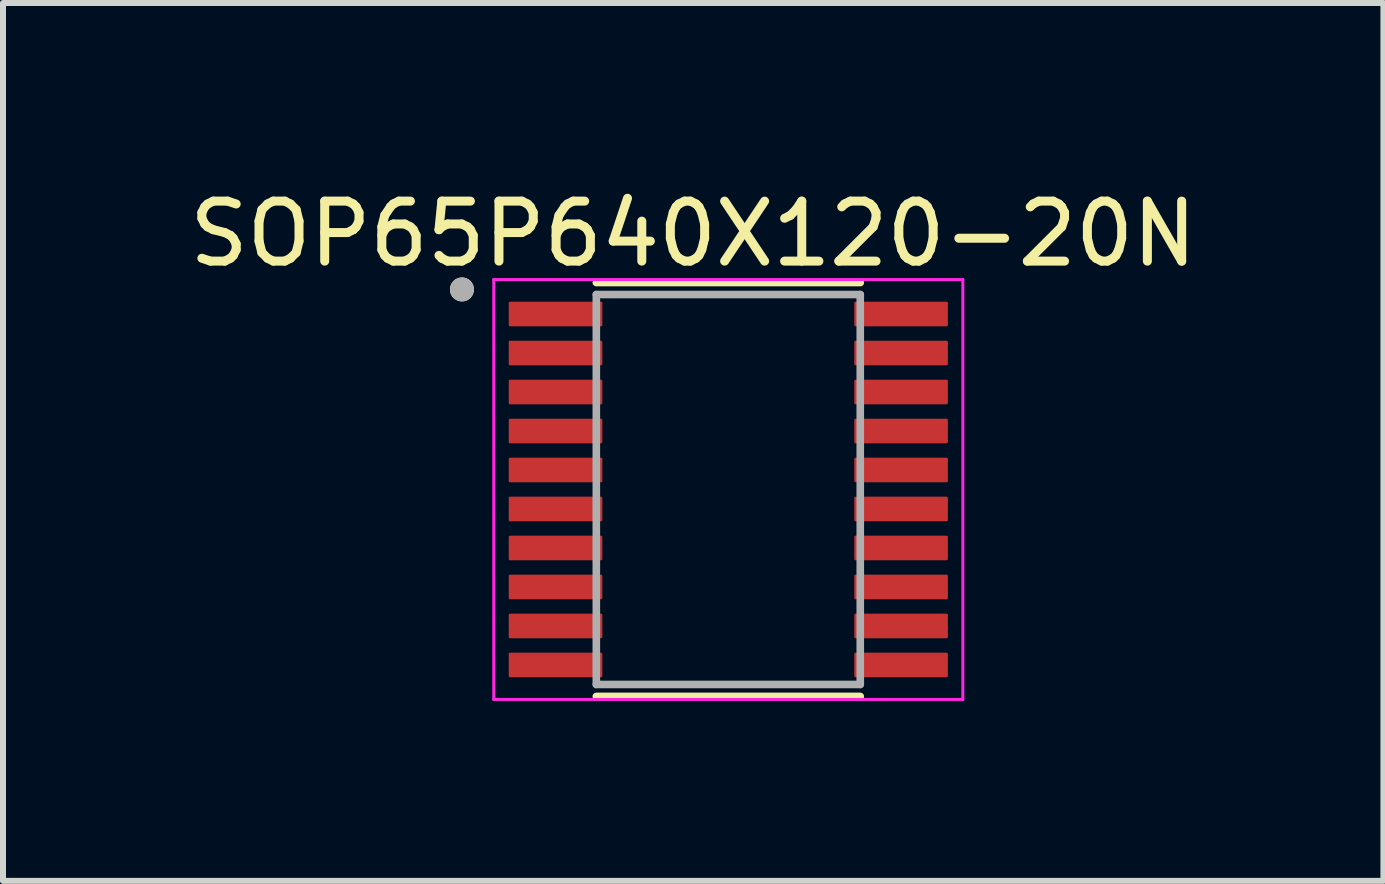
<source format=kicad_pcb>
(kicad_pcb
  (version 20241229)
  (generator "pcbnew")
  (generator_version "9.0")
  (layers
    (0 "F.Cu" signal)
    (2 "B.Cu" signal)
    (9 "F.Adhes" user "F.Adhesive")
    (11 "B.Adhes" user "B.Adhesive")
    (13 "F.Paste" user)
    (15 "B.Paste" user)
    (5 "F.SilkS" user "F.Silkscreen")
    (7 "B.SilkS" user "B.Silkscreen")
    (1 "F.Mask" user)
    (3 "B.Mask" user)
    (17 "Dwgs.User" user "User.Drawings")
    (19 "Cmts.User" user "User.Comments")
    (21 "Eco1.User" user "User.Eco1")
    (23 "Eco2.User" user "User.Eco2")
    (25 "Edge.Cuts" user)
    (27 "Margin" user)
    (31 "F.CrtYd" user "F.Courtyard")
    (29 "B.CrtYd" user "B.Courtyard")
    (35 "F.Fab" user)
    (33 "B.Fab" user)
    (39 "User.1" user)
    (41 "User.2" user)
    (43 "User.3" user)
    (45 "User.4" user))
  (footprint "SOP65P640X120-20N"
    (layer "F.Cu")
    (at 9.091 5.11)
    (property "Reference" "SOP65P640X120-20N" (at -0.585 -4.262 0) (layer "F.SilkS") (effects (font (size 1 1) (thickness 0.15))))
    (attr through_hole)
    (fp_line (start -2.2 -3.45) (end 2.2 -3.45) (stroke (width 0.127) (type solid)) (layer "F.SilkS"))
    (fp_line (start -2.2 3.45) (end 2.2 3.45) (stroke (width 0.127) (type solid)) (layer "F.SilkS"))
    (fp_circle (center -4.44 -3.335) (end -4.34 -3.335) (stroke (width 0.2) (type solid)) (fill no) (layer "F.SilkS"))
    (fp_line (start -3.91 -3.5) (end -3.91 3.5) (stroke (width 0.05) (type solid)) (layer "F.CrtYd"))
    (fp_line (start -3.91 -3.5) (end 3.91 -3.5) (stroke (width 0.05) (type solid)) (layer "F.CrtYd"))
    (fp_line (start -3.91 3.5) (end 3.91 3.5) (stroke (width 0.05) (type solid)) (layer "F.CrtYd"))
    (fp_line (start 3.91 -3.5) (end 3.91 3.5) (stroke (width 0.05) (type solid)) (layer "F.CrtYd"))
    (fp_line (start -2.2 -3.25) (end -2.2 3.25) (stroke (width 0.127) (type solid)) (layer "F.Fab"))
    (fp_line (start -2.2 -3.25) (end 2.2 -3.25) (stroke (width 0.127) (type solid)) (layer "F.Fab"))
    (fp_line (start -2.2 3.25) (end 2.2 3.25) (stroke (width 0.127) (type solid)) (layer "F.Fab"))
    (fp_line (start 2.2 -3.25) (end 2.2 3.25) (stroke (width 0.127) (type solid)) (layer "F.Fab"))
    (fp_circle (center -4.44 -3.335) (end -4.34 -3.335) (stroke (width 0.2) (type solid)) (fill no) (layer "F.Fab"))
    (pad "1" smd roundrect (at -2.88 -2.925) (size 1.56 0.41) (layers "F.Cu" "F.Mask" "F.Paste") (roundrect_rratio 0.05))
    (pad "2" smd roundrect (at -2.88 -2.275) (size 1.56 0.41) (layers "F.Cu" "F.Mask" "F.Paste") (roundrect_rratio 0.05))
    (pad "3" smd roundrect (at -2.88 -1.625) (size 1.56 0.41) (layers "F.Cu" "F.Mask" "F.Paste") (roundrect_rratio 0.05))
    (pad "4" smd roundrect (at -2.88 -0.975) (size 1.56 0.41) (layers "F.Cu" "F.Mask" "F.Paste") (roundrect_rratio 0.05))
    (pad "5" smd roundrect (at -2.88 -0.325) (size 1.56 0.41) (layers "F.Cu" "F.Mask" "F.Paste") (roundrect_rratio 0.05))
    (pad "6" smd roundrect (at -2.88 0.325) (size 1.56 0.41) (layers "F.Cu" "F.Mask" "F.Paste") (roundrect_rratio 0.05))
    (pad "7" smd roundrect (at -2.88 0.975) (size 1.56 0.41) (layers "F.Cu" "F.Mask" "F.Paste") (roundrect_rratio 0.05))
    (pad "8" smd roundrect (at -2.88 1.625) (size 1.56 0.41) (layers "F.Cu" "F.Mask" "F.Paste") (roundrect_rratio 0.05))
    (pad "9" smd roundrect (at -2.88 2.275) (size 1.56 0.41) (layers "F.Cu" "F.Mask" "F.Paste") (roundrect_rratio 0.05))
    (pad "10" smd roundrect (at -2.88 2.925) (size 1.56 0.41) (layers "F.Cu" "F.Mask" "F.Paste") (roundrect_rratio 0.05))
    (pad "11" smd roundrect (at 2.88 2.925) (size 1.56 0.41) (layers "F.Cu" "F.Mask" "F.Paste") (roundrect_rratio 0.05))
    (pad "12" smd roundrect (at 2.88 2.275) (size 1.56 0.41) (layers "F.Cu" "F.Mask" "F.Paste") (roundrect_rratio 0.05))
    (pad "13" smd roundrect (at 2.88 1.625) (size 1.56 0.41) (layers "F.Cu" "F.Mask" "F.Paste") (roundrect_rratio 0.05))
    (pad "14" smd roundrect (at 2.88 0.975) (size 1.56 0.41) (layers "F.Cu" "F.Mask" "F.Paste") (roundrect_rratio 0.05))
    (pad "15" smd roundrect (at 2.88 0.325) (size 1.56 0.41) (layers "F.Cu" "F.Mask" "F.Paste") (roundrect_rratio 0.05))
    (pad "16" smd roundrect (at 2.88 -0.325) (size 1.56 0.41) (layers "F.Cu" "F.Mask" "F.Paste") (roundrect_rratio 0.05))
    (pad "17" smd roundrect (at 2.88 -0.975) (size 1.56 0.41) (layers "F.Cu" "F.Mask" "F.Paste") (roundrect_rratio 0.05))
    (pad "18" smd roundrect (at 2.88 -1.625) (size 1.56 0.41) (layers "F.Cu" "F.Mask" "F.Paste") (roundrect_rratio 0.05))
    (pad "19" smd roundrect (at 2.88 -2.275) (size 1.56 0.41) (layers "F.Cu" "F.Mask" "F.Paste") (roundrect_rratio 0.05))
    (pad "20" smd roundrect (at 2.88 -2.925) (size 1.56 0.41) (layers "F.Cu" "F.Mask" "F.Paste") (roundrect_rratio 0.05)))
  (gr_rect
    (start -3 -3)
    (end 20.012 11.635)
    (stroke (width 0.1) (type default))
    (fill no)
    (layer "Edge.Cuts")))
</source>
